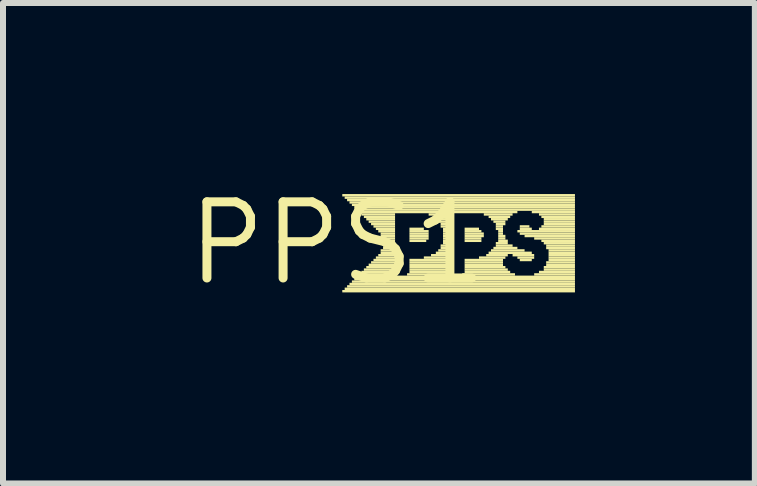
<source format=kicad_pcb>
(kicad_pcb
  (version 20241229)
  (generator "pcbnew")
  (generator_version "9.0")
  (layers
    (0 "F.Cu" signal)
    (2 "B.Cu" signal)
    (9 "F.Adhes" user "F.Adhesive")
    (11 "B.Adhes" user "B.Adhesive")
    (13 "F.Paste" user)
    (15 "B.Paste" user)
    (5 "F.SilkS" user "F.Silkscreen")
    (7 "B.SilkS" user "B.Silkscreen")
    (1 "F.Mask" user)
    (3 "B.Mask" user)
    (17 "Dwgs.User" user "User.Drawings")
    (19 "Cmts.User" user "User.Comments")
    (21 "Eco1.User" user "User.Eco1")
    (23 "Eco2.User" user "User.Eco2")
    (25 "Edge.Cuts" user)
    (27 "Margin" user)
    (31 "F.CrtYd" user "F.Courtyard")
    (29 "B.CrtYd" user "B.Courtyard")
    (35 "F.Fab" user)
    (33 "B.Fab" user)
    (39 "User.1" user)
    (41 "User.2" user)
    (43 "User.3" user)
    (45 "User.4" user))
  (footprint "PPS1"
    (layer "F.Cu")
    (at 2.578 1.006)
    (property "Reference" "PPS1" (at 0 0 0) (layer "F.SilkS") (effects (font (size 1.27 1.27) (thickness 0.15))))
    (attr through_hole)
    (fp_poly (pts (xy 0.08 -0.78) (xy 3.96 -0.78) (xy 3.96 -0.82) (xy 0.08 -0.82)) (stroke (width 0) (type solid)) (fill yes) (layer "F.SilkS"))
    (fp_poly (pts (xy 0.08 0.82) (xy 3.96 0.82) (xy 3.96 0.78) (xy 0.08 0.78)) (stroke (width 0) (type solid)) (fill yes) (layer "F.SilkS"))
    (fp_poly (pts (xy 0.12 -0.74) (xy 3.96 -0.74) (xy 3.96 -0.78) (xy 0.12 -0.78)) (stroke (width 0) (type solid)) (fill yes) (layer "F.SilkS"))
    (fp_poly (pts (xy 0.12 0.78) (xy 3.96 0.78) (xy 3.96 0.74) (xy 0.12 0.74)) (stroke (width 0) (type solid)) (fill yes) (layer "F.SilkS"))
    (fp_poly (pts (xy 0.16 -0.7) (xy 3.96 -0.7) (xy 3.96 -0.74) (xy 0.16 -0.74)) (stroke (width 0) (type solid)) (fill yes) (layer "F.SilkS"))
    (fp_poly (pts (xy 0.16 0.74) (xy 3.96 0.74) (xy 3.96 0.7) (xy 0.16 0.7)) (stroke (width 0) (type solid)) (fill yes) (layer "F.SilkS"))
    (fp_poly (pts (xy 0.2 -0.66) (xy 3.96 -0.66) (xy 3.96 -0.7) (xy 0.2 -0.7)) (stroke (width 0) (type solid)) (fill yes) (layer "F.SilkS"))
    (fp_poly (pts (xy 0.2 0.7) (xy 3.96 0.7) (xy 3.96 0.66) (xy 0.2 0.66)) (stroke (width 0) (type solid)) (fill yes) (layer "F.SilkS"))
    (fp_poly (pts (xy 0.24 -0.62) (xy 3.96 -0.62) (xy 3.96 -0.66) (xy 0.24 -0.66)) (stroke (width 0) (type solid)) (fill yes) (layer "F.SilkS"))
    (fp_poly (pts (xy 0.24 0.66) (xy 3.96 0.66) (xy 3.96 0.62) (xy 0.24 0.62)) (stroke (width 0) (type solid)) (fill yes) (layer "F.SilkS"))
    (fp_poly (pts (xy 0.28 -0.58) (xy 3.96 -0.58) (xy 3.96 -0.62) (xy 0.28 -0.62)) (stroke (width 0) (type solid)) (fill yes) (layer "F.SilkS"))
    (fp_poly (pts (xy 0.28 0.62) (xy 3.96 0.62) (xy 3.96 0.58) (xy 0.28 0.58)) (stroke (width 0) (type solid)) (fill yes) (layer "F.SilkS"))
    (fp_poly (pts (xy 0.32 -0.54) (xy 3.96 -0.54) (xy 3.96 -0.58) (xy 0.32 -0.58)) (stroke (width 0) (type solid)) (fill yes) (layer "F.SilkS"))
    (fp_poly (pts (xy 0.32 0.58) (xy 3.96 0.58) (xy 3.96 0.54) (xy 0.32 0.54)) (stroke (width 0) (type solid)) (fill yes) (layer "F.SilkS"))
    (fp_poly (pts (xy 0.36 -0.5) (xy 3 -0.5) (xy 3 -0.54) (xy 0.36 -0.54)) (stroke (width 0) (type solid)) (fill yes) (layer "F.SilkS"))
    (fp_poly (pts (xy 0.36 0.54) (xy 1 0.54) (xy 1 0.5) (xy 0.36 0.5)) (stroke (width 0) (type solid)) (fill yes) (layer "F.SilkS"))
    (fp_poly (pts (xy 0.4 -0.46) (xy 0.96 -0.46) (xy 0.96 -0.5) (xy 0.4 -0.5)) (stroke (width 0) (type solid)) (fill yes) (layer "F.SilkS"))
    (fp_poly (pts (xy 0.4 0.5) (xy 0.96 0.5) (xy 0.96 0.46) (xy 0.4 0.46)) (stroke (width 0) (type solid)) (fill yes) (layer "F.SilkS"))
    (fp_poly (pts (xy 0.44 -0.42) (xy 0.96 -0.42) (xy 0.96 -0.46) (xy 0.44 -0.46)) (stroke (width 0) (type solid)) (fill yes) (layer "F.SilkS"))
    (fp_poly (pts (xy 0.44 0.46) (xy 0.96 0.46) (xy 0.96 0.42) (xy 0.44 0.42)) (stroke (width 0) (type solid)) (fill yes) (layer "F.SilkS"))
    (fp_poly (pts (xy 0.48 -0.38) (xy 0.96 -0.38) (xy 0.96 -0.42) (xy 0.48 -0.42)) (stroke (width 0) (type solid)) (fill yes) (layer "F.SilkS"))
    (fp_poly (pts (xy 0.48 0.42) (xy 0.96 0.42) (xy 0.96 0.38) (xy 0.48 0.38)) (stroke (width 0) (type solid)) (fill yes) (layer "F.SilkS"))
    (fp_poly (pts (xy 0.52 -0.34) (xy 0.96 -0.34) (xy 0.96 -0.38) (xy 0.52 -0.38)) (stroke (width 0) (type solid)) (fill yes) (layer "F.SilkS"))
    (fp_poly (pts (xy 0.52 0.38) (xy 0.96 0.38) (xy 0.96 0.34) (xy 0.52 0.34)) (stroke (width 0) (type solid)) (fill yes) (layer "F.SilkS"))
    (fp_poly (pts (xy 0.56 -0.3) (xy 0.96 -0.3) (xy 0.96 -0.34) (xy 0.56 -0.34)) (stroke (width 0) (type solid)) (fill yes) (layer "F.SilkS"))
    (fp_poly (pts (xy 0.56 0.34) (xy 0.96 0.34) (xy 0.96 0.3) (xy 0.56 0.3)) (stroke (width 0) (type solid)) (fill yes) (layer "F.SilkS"))
    (fp_poly (pts (xy 0.6 -0.26) (xy 0.96 -0.26) (xy 0.96 -0.3) (xy 0.6 -0.3)) (stroke (width 0) (type solid)) (fill yes) (layer "F.SilkS"))
    (fp_poly (pts (xy 0.6 0.3) (xy 0.96 0.3) (xy 0.96 0.26) (xy 0.6 0.26)) (stroke (width 0) (type solid)) (fill yes) (layer "F.SilkS"))
    (fp_poly (pts (xy 0.64 -0.22) (xy 0.96 -0.22) (xy 0.96 -0.26) (xy 0.64 -0.26)) (stroke (width 0) (type solid)) (fill yes) (layer "F.SilkS"))
    (fp_poly (pts (xy 0.64 0.26) (xy 0.96 0.26) (xy 0.96 0.22) (xy 0.64 0.22)) (stroke (width 0) (type solid)) (fill yes) (layer "F.SilkS"))
    (fp_poly (pts (xy 0.68 -0.18) (xy 0.96 -0.18) (xy 0.96 -0.22) (xy 0.68 -0.22)) (stroke (width 0) (type solid)) (fill yes) (layer "F.SilkS"))
    (fp_poly (pts (xy 0.68 0.22) (xy 0.96 0.22) (xy 0.96 0.18) (xy 0.68 0.18)) (stroke (width 0) (type solid)) (fill yes) (layer "F.SilkS"))
    (fp_poly (pts (xy 0.72 -0.14) (xy 0.96 -0.14) (xy 0.96 -0.18) (xy 0.72 -0.18)) (stroke (width 0) (type solid)) (fill yes) (layer "F.SilkS"))
    (fp_poly (pts (xy 0.72 -0.1) (xy 0.96 -0.1) (xy 0.96 -0.14) (xy 0.72 -0.14)) (stroke (width 0) (type solid)) (fill yes) (layer "F.SilkS"))
    (fp_poly (pts (xy 0.72 0.14) (xy 0.96 0.14) (xy 0.96 0.1) (xy 0.72 0.1)) (stroke (width 0) (type solid)) (fill yes) (layer "F.SilkS"))
    (fp_poly (pts (xy 0.72 0.18) (xy 0.96 0.18) (xy 0.96 0.14) (xy 0.72 0.14)) (stroke (width 0) (type solid)) (fill yes) (layer "F.SilkS"))
    (fp_poly (pts (xy 0.76 -0.06) (xy 0.96 -0.06) (xy 0.96 -0.1) (xy 0.76 -0.1)) (stroke (width 0) (type solid)) (fill yes) (layer "F.SilkS"))
    (fp_poly (pts (xy 0.76 -0.02) (xy 0.96 -0.02) (xy 0.96 -0.06) (xy 0.76 -0.06)) (stroke (width 0) (type solid)) (fill yes) (layer "F.SilkS"))
    (fp_poly (pts (xy 0.76 0.02) (xy 0.96 0.02) (xy 0.96 -0.02) (xy 0.76 -0.02)) (stroke (width 0) (type solid)) (fill yes) (layer "F.SilkS"))
    (fp_poly (pts (xy 0.76 0.06) (xy 0.96 0.06) (xy 0.96 0.02) (xy 0.76 0.02)) (stroke (width 0) (type solid)) (fill yes) (layer "F.SilkS"))
    (fp_poly (pts (xy 0.76 0.1) (xy 0.96 0.1) (xy 0.96 0.06) (xy 0.76 0.06)) (stroke (width 0) (type solid)) (fill yes) (layer "F.SilkS"))
    (fp_poly (pts (xy 1.16 0.54) (xy 1.92 0.54) (xy 1.92 0.5) (xy 1.16 0.5)) (stroke (width 0) (type solid)) (fill yes) (layer "F.SilkS"))
    (fp_poly (pts (xy 1.2 -0.22) (xy 1.44 -0.22) (xy 1.44 -0.26) (xy 1.2 -0.26)) (stroke (width 0) (type solid)) (fill yes) (layer "F.SilkS"))
    (fp_poly (pts (xy 1.2 -0.18) (xy 1.52 -0.18) (xy 1.52 -0.22) (xy 1.2 -0.22)) (stroke (width 0) (type solid)) (fill yes) (layer "F.SilkS"))
    (fp_poly (pts (xy 1.2 -0.14) (xy 1.52 -0.14) (xy 1.52 -0.18) (xy 1.2 -0.18)) (stroke (width 0) (type solid)) (fill yes) (layer "F.SilkS"))
    (fp_poly (pts (xy 1.2 -0.1) (xy 1.52 -0.1) (xy 1.52 -0.14) (xy 1.2 -0.14)) (stroke (width 0) (type solid)) (fill yes) (layer "F.SilkS"))
    (fp_poly (pts (xy 1.2 -0.06) (xy 1.52 -0.06) (xy 1.52 -0.1) (xy 1.2 -0.1)) (stroke (width 0) (type solid)) (fill yes) (layer "F.SilkS"))
    (fp_poly (pts (xy 1.2 -0.02) (xy 1.48 -0.02) (xy 1.48 -0.06) (xy 1.2 -0.06)) (stroke (width 0) (type solid)) (fill yes) (layer "F.SilkS"))
    (fp_poly (pts (xy 1.2 0.3) (xy 1.88 0.3) (xy 1.88 0.26) (xy 1.2 0.26)) (stroke (width 0) (type solid)) (fill yes) (layer "F.SilkS"))
    (fp_poly (pts (xy 1.2 0.34) (xy 1.88 0.34) (xy 1.88 0.3) (xy 1.2 0.3)) (stroke (width 0) (type solid)) (fill yes) (layer "F.SilkS"))
    (fp_poly (pts (xy 1.2 0.38) (xy 1.88 0.38) (xy 1.88 0.34) (xy 1.2 0.34)) (stroke (width 0) (type solid)) (fill yes) (layer "F.SilkS"))
    (fp_poly (pts (xy 1.2 0.42) (xy 1.88 0.42) (xy 1.88 0.38) (xy 1.2 0.38)) (stroke (width 0) (type solid)) (fill yes) (layer "F.SilkS"))
    (fp_poly (pts (xy 1.2 0.46) (xy 1.88 0.46) (xy 1.88 0.42) (xy 1.2 0.42)) (stroke (width 0) (type solid)) (fill yes) (layer "F.SilkS"))
    (fp_poly (pts (xy 1.2 0.5) (xy 1.88 0.5) (xy 1.88 0.46) (xy 1.2 0.46)) (stroke (width 0) (type solid)) (fill yes) (layer "F.SilkS"))
    (fp_poly (pts (xy 1.44 0.26) (xy 1.88 0.26) (xy 1.88 0.22) (xy 1.44 0.22)) (stroke (width 0) (type solid)) (fill yes) (layer "F.SilkS"))
    (fp_poly (pts (xy 1.52 -0.46) (xy 1.88 -0.46) (xy 1.88 -0.5) (xy 1.52 -0.5)) (stroke (width 0) (type solid)) (fill yes) (layer "F.SilkS"))
    (fp_poly (pts (xy 1.56 0.22) (xy 1.88 0.22) (xy 1.88 0.18) (xy 1.56 0.18)) (stroke (width 0) (type solid)) (fill yes) (layer "F.SilkS"))
    (fp_poly (pts (xy 1.6 -0.42) (xy 1.88 -0.42) (xy 1.88 -0.46) (xy 1.6 -0.46)) (stroke (width 0) (type solid)) (fill yes) (layer "F.SilkS"))
    (fp_poly (pts (xy 1.64 -0.38) (xy 1.88 -0.38) (xy 1.88 -0.42) (xy 1.64 -0.42)) (stroke (width 0) (type solid)) (fill yes) (layer "F.SilkS"))
    (fp_poly (pts (xy 1.64 0.18) (xy 1.88 0.18) (xy 1.88 0.14) (xy 1.64 0.14)) (stroke (width 0) (type solid)) (fill yes) (layer "F.SilkS"))
    (fp_poly (pts (xy 1.68 -0.34) (xy 1.88 -0.34) (xy 1.88 -0.38) (xy 1.68 -0.38)) (stroke (width 0) (type solid)) (fill yes) (layer "F.SilkS"))
    (fp_poly (pts (xy 1.68 0.14) (xy 1.88 0.14) (xy 1.88 0.1) (xy 1.68 0.1)) (stroke (width 0) (type solid)) (fill yes) (layer "F.SilkS"))
    (fp_poly (pts (xy 1.72 -0.3) (xy 1.88 -0.3) (xy 1.88 -0.34) (xy 1.72 -0.34)) (stroke (width 0) (type solid)) (fill yes) (layer "F.SilkS"))
    (fp_poly (pts (xy 1.72 -0.26) (xy 1.88 -0.26) (xy 1.88 -0.3) (xy 1.72 -0.3)) (stroke (width 0) (type solid)) (fill yes) (layer "F.SilkS"))
    (fp_poly (pts (xy 1.72 0.06) (xy 1.88 0.06) (xy 1.88 0.02) (xy 1.72 0.02)) (stroke (width 0) (type solid)) (fill yes) (layer "F.SilkS"))
    (fp_poly (pts (xy 1.72 0.1) (xy 1.88 0.1) (xy 1.88 0.06) (xy 1.72 0.06)) (stroke (width 0) (type solid)) (fill yes) (layer "F.SilkS"))
    (fp_poly (pts (xy 1.76 -0.22) (xy 1.88 -0.22) (xy 1.88 -0.26) (xy 1.76 -0.26)) (stroke (width 0) (type solid)) (fill yes) (layer "F.SilkS"))
    (fp_poly (pts (xy 1.76 -0.18) (xy 1.88 -0.18) (xy 1.88 -0.22) (xy 1.76 -0.22)) (stroke (width 0) (type solid)) (fill yes) (layer "F.SilkS"))
    (fp_poly (pts (xy 1.76 -0.14) (xy 1.88 -0.14) (xy 1.88 -0.18) (xy 1.76 -0.18)) (stroke (width 0) (type solid)) (fill yes) (layer "F.SilkS"))
    (fp_poly (pts (xy 1.76 -0.1) (xy 1.88 -0.1) (xy 1.88 -0.14) (xy 1.76 -0.14)) (stroke (width 0) (type solid)) (fill yes) (layer "F.SilkS"))
    (fp_poly (pts (xy 1.76 -0.06) (xy 1.88 -0.06) (xy 1.88 -0.1) (xy 1.76 -0.1)) (stroke (width 0) (type solid)) (fill yes) (layer "F.SilkS"))
    (fp_poly (pts (xy 1.76 -0.02) (xy 1.88 -0.02) (xy 1.88 -0.06) (xy 1.76 -0.06)) (stroke (width 0) (type solid)) (fill yes) (layer "F.SilkS"))
    (fp_poly (pts (xy 1.76 0.02) (xy 1.88 0.02) (xy 1.88 -0.02) (xy 1.76 -0.02)) (stroke (width 0) (type solid)) (fill yes) (layer "F.SilkS"))
    (fp_poly (pts (xy 2.08 0.54) (xy 2.96 0.54) (xy 2.96 0.5) (xy 2.08 0.5)) (stroke (width 0) (type solid)) (fill yes) (layer "F.SilkS"))
    (fp_poly (pts (xy 2.12 -0.22) (xy 2.36 -0.22) (xy 2.36 -0.26) (xy 2.12 -0.26)) (stroke (width 0) (type solid)) (fill yes) (layer "F.SilkS"))
    (fp_poly (pts (xy 2.12 -0.18) (xy 2.4 -0.18) (xy 2.4 -0.22) (xy 2.12 -0.22)) (stroke (width 0) (type solid)) (fill yes) (layer "F.SilkS"))
    (fp_poly (pts (xy 2.12 -0.14) (xy 2.44 -0.14) (xy 2.44 -0.18) (xy 2.12 -0.18)) (stroke (width 0) (type solid)) (fill yes) (layer "F.SilkS"))
    (fp_poly (pts (xy 2.12 -0.1) (xy 2.44 -0.1) (xy 2.44 -0.14) (xy 2.12 -0.14)) (stroke (width 0) (type solid)) (fill yes) (layer "F.SilkS"))
    (fp_poly (pts (xy 2.12 -0.06) (xy 2.4 -0.06) (xy 2.4 -0.1) (xy 2.12 -0.1)) (stroke (width 0) (type solid)) (fill yes) (layer "F.SilkS"))
    (fp_poly (pts (xy 2.12 -0.02) (xy 2.4 -0.02) (xy 2.4 -0.06) (xy 2.12 -0.06)) (stroke (width 0) (type solid)) (fill yes) (layer "F.SilkS"))
    (fp_poly (pts (xy 2.12 0.3) (xy 2.76 0.3) (xy 2.76 0.26) (xy 2.12 0.26)) (stroke (width 0) (type solid)) (fill yes) (layer "F.SilkS"))
    (fp_poly (pts (xy 2.12 0.34) (xy 2.76 0.34) (xy 2.76 0.3) (xy 2.12 0.3)) (stroke (width 0) (type solid)) (fill yes) (layer "F.SilkS"))
    (fp_poly (pts (xy 2.12 0.38) (xy 2.76 0.38) (xy 2.76 0.34) (xy 2.12 0.34)) (stroke (width 0) (type solid)) (fill yes) (layer "F.SilkS"))
    (fp_poly (pts (xy 2.12 0.42) (xy 2.8 0.42) (xy 2.8 0.38) (xy 2.12 0.38)) (stroke (width 0) (type solid)) (fill yes) (layer "F.SilkS"))
    (fp_poly (pts (xy 2.12 0.46) (xy 2.84 0.46) (xy 2.84 0.42) (xy 2.12 0.42)) (stroke (width 0) (type solid)) (fill yes) (layer "F.SilkS"))
    (fp_poly (pts (xy 2.12 0.5) (xy 2.88 0.5) (xy 2.88 0.46) (xy 2.12 0.46)) (stroke (width 0) (type solid)) (fill yes) (layer "F.SilkS"))
    (fp_poly (pts (xy 2.36 0.26) (xy 2.8 0.26) (xy 2.8 0.22) (xy 2.36 0.22)) (stroke (width 0) (type solid)) (fill yes) (layer "F.SilkS"))
    (fp_poly (pts (xy 2.44 -0.46) (xy 2.92 -0.46) (xy 2.92 -0.5) (xy 2.44 -0.5)) (stroke (width 0) (type solid)) (fill yes) (layer "F.SilkS"))
    (fp_poly (pts (xy 2.48 0.22) (xy 2.84 0.22) (xy 2.84 0.18) (xy 2.48 0.18)) (stroke (width 0) (type solid)) (fill yes) (layer "F.SilkS"))
    (fp_poly (pts (xy 2.52 -0.42) (xy 2.88 -0.42) (xy 2.88 -0.46) (xy 2.52 -0.46)) (stroke (width 0) (type solid)) (fill yes) (layer "F.SilkS"))
    (fp_poly (pts (xy 2.52 0.18) (xy 3.24 0.18) (xy 3.24 0.14) (xy 2.52 0.14)) (stroke (width 0) (type solid)) (fill yes) (layer "F.SilkS"))
    (fp_poly (pts (xy 2.56 -0.38) (xy 2.84 -0.38) (xy 2.84 -0.42) (xy 2.56 -0.42)) (stroke (width 0) (type solid)) (fill yes) (layer "F.SilkS"))
    (fp_poly (pts (xy 2.56 0.14) (xy 3.12 0.14) (xy 3.12 0.1) (xy 2.56 0.1)) (stroke (width 0) (type solid)) (fill yes) (layer "F.SilkS"))
    (fp_poly (pts (xy 2.6 -0.34) (xy 2.8 -0.34) (xy 2.8 -0.38) (xy 2.6 -0.38)) (stroke (width 0) (type solid)) (fill yes) (layer "F.SilkS"))
    (fp_poly (pts (xy 2.6 0.1) (xy 3 0.1) (xy 3 0.06) (xy 2.6 0.06)) (stroke (width 0) (type solid)) (fill yes) (layer "F.SilkS"))
    (fp_poly (pts (xy 2.64 -0.3) (xy 2.8 -0.3) (xy 2.8 -0.34) (xy 2.64 -0.34)) (stroke (width 0) (type solid)) (fill yes) (layer "F.SilkS"))
    (fp_poly (pts (xy 2.64 -0.26) (xy 2.76 -0.26) (xy 2.76 -0.3) (xy 2.64 -0.3)) (stroke (width 0) (type solid)) (fill yes) (layer "F.SilkS"))
    (fp_poly (pts (xy 2.64 -0.22) (xy 2.76 -0.22) (xy 2.76 -0.26) (xy 2.64 -0.26)) (stroke (width 0) (type solid)) (fill yes) (layer "F.SilkS"))
    (fp_poly (pts (xy 2.64 0.02) (xy 2.84 0.02) (xy 2.84 -0.02) (xy 2.64 -0.02)) (stroke (width 0) (type solid)) (fill yes) (layer "F.SilkS"))
    (fp_poly (pts (xy 2.64 0.06) (xy 2.92 0.06) (xy 2.92 0.02) (xy 2.64 0.02)) (stroke (width 0) (type solid)) (fill yes) (layer "F.SilkS"))
    (fp_poly (pts (xy 2.68 -0.18) (xy 2.76 -0.18) (xy 2.76 -0.22) (xy 2.68 -0.22)) (stroke (width 0) (type solid)) (fill yes) (layer "F.SilkS"))
    (fp_poly (pts (xy 2.68 -0.14) (xy 2.76 -0.14) (xy 2.76 -0.18) (xy 2.68 -0.18)) (stroke (width 0) (type solid)) (fill yes) (layer "F.SilkS"))
    (fp_poly (pts (xy 2.68 -0.1) (xy 2.8 -0.1) (xy 2.8 -0.14) (xy 2.68 -0.14)) (stroke (width 0) (type solid)) (fill yes) (layer "F.SilkS"))
    (fp_poly (pts (xy 2.68 -0.06) (xy 2.8 -0.06) (xy 2.8 -0.1) (xy 2.68 -0.1)) (stroke (width 0) (type solid)) (fill yes) (layer "F.SilkS"))
    (fp_poly (pts (xy 2.68 -0.02) (xy 2.84 -0.02) (xy 2.84 -0.06) (xy 2.68 -0.06)) (stroke (width 0) (type solid)) (fill yes) (layer "F.SilkS"))
    (fp_poly (pts (xy 2.92 0.22) (xy 3.28 0.22) (xy 3.28 0.18) (xy 2.92 0.18)) (stroke (width 0) (type solid)) (fill yes) (layer "F.SilkS"))
    (fp_poly (pts (xy 3 -0.18) (xy 3.96 -0.18) (xy 3.96 -0.22) (xy 3 -0.22)) (stroke (width 0) (type solid)) (fill yes) (layer "F.SilkS"))
    (fp_poly (pts (xy 3 0.26) (xy 3.28 0.26) (xy 3.28 0.22) (xy 3 0.22)) (stroke (width 0) (type solid)) (fill yes) (layer "F.SilkS"))
    (fp_poly (pts (xy 3.04 -0.26) (xy 3.2 -0.26) (xy 3.2 -0.3) (xy 3.04 -0.3)) (stroke (width 0) (type solid)) (fill yes) (layer "F.SilkS"))
    (fp_poly (pts (xy 3.04 -0.22) (xy 3.24 -0.22) (xy 3.24 -0.26) (xy 3.04 -0.26)) (stroke (width 0) (type solid)) (fill yes) (layer "F.SilkS"))
    (fp_poly (pts (xy 3.04 -0.14) (xy 3.96 -0.14) (xy 3.96 -0.18) (xy 3.04 -0.18)) (stroke (width 0) (type solid)) (fill yes) (layer "F.SilkS"))
    (fp_poly (pts (xy 3.04 0.3) (xy 3.24 0.3) (xy 3.24 0.26) (xy 3.04 0.26)) (stroke (width 0) (type solid)) (fill yes) (layer "F.SilkS"))
    (fp_poly (pts (xy 3.12 -0.1) (xy 3.96 -0.1) (xy 3.96 -0.14) (xy 3.12 -0.14)) (stroke (width 0) (type solid)) (fill yes) (layer "F.SilkS"))
    (fp_poly (pts (xy 3.24 -0.5) (xy 3.96 -0.5) (xy 3.96 -0.54) (xy 3.24 -0.54)) (stroke (width 0) (type solid)) (fill yes) (layer "F.SilkS"))
    (fp_poly (pts (xy 3.28 -0.06) (xy 3.96 -0.06) (xy 3.96 -0.1) (xy 3.28 -0.1)) (stroke (width 0) (type solid)) (fill yes) (layer "F.SilkS"))
    (fp_poly (pts (xy 3.28 0.54) (xy 3.96 0.54) (xy 3.96 0.5) (xy 3.28 0.5)) (stroke (width 0) (type solid)) (fill yes) (layer "F.SilkS"))
    (fp_poly (pts (xy 3.36 -0.46) (xy 3.96 -0.46) (xy 3.96 -0.5) (xy 3.36 -0.5)) (stroke (width 0) (type solid)) (fill yes) (layer "F.SilkS"))
    (fp_poly (pts (xy 3.36 -0.22) (xy 3.96 -0.22) (xy 3.96 -0.26) (xy 3.36 -0.26)) (stroke (width 0) (type solid)) (fill yes) (layer "F.SilkS"))
    (fp_poly (pts (xy 3.36 0.5) (xy 3.96 0.5) (xy 3.96 0.46) (xy 3.36 0.46)) (stroke (width 0) (type solid)) (fill yes) (layer "F.SilkS"))
    (fp_poly (pts (xy 3.4 -0.42) (xy 3.96 -0.42) (xy 3.96 -0.46) (xy 3.4 -0.46)) (stroke (width 0) (type solid)) (fill yes) (layer "F.SilkS"))
    (fp_poly (pts (xy 3.4 -0.26) (xy 3.96 -0.26) (xy 3.96 -0.3) (xy 3.4 -0.3)) (stroke (width 0) (type solid)) (fill yes) (layer "F.SilkS"))
    (fp_poly (pts (xy 3.4 -0.02) (xy 3.96 -0.02) (xy 3.96 -0.06) (xy 3.4 -0.06)) (stroke (width 0) (type solid)) (fill yes) (layer "F.SilkS"))
    (fp_poly (pts (xy 3.44 -0.38) (xy 3.96 -0.38) (xy 3.96 -0.42) (xy 3.44 -0.42)) (stroke (width 0) (type solid)) (fill yes) (layer "F.SilkS"))
    (fp_poly (pts (xy 3.44 -0.34) (xy 3.96 -0.34) (xy 3.96 -0.38) (xy 3.44 -0.38)) (stroke (width 0) (type solid)) (fill yes) (layer "F.SilkS"))
    (fp_poly (pts (xy 3.44 -0.3) (xy 3.96 -0.3) (xy 3.96 -0.34) (xy 3.44 -0.34)) (stroke (width 0) (type solid)) (fill yes) (layer "F.SilkS"))
    (fp_poly (pts (xy 3.44 0.02) (xy 3.96 0.02) (xy 3.96 -0.02) (xy 3.44 -0.02)) (stroke (width 0) (type solid)) (fill yes) (layer "F.SilkS"))
    (fp_poly (pts (xy 3.44 0.42) (xy 3.96 0.42) (xy 3.96 0.38) (xy 3.44 0.38)) (stroke (width 0) (type solid)) (fill yes) (layer "F.SilkS"))
    (fp_poly (pts (xy 3.44 0.46) (xy 3.96 0.46) (xy 3.96 0.42) (xy 3.44 0.42)) (stroke (width 0) (type solid)) (fill yes) (layer "F.SilkS"))
    (fp_poly (pts (xy 3.48 0.06) (xy 3.96 0.06) (xy 3.96 0.02) (xy 3.48 0.02)) (stroke (width 0) (type solid)) (fill yes) (layer "F.SilkS"))
    (fp_poly (pts (xy 3.48 0.1) (xy 3.96 0.1) (xy 3.96 0.06) (xy 3.48 0.06)) (stroke (width 0) (type solid)) (fill yes) (layer "F.SilkS"))
    (fp_poly (pts (xy 3.48 0.34) (xy 3.96 0.34) (xy 3.96 0.3) (xy 3.48 0.3)) (stroke (width 0) (type solid)) (fill yes) (layer "F.SilkS"))
    (fp_poly (pts (xy 3.48 0.38) (xy 3.96 0.38) (xy 3.96 0.34) (xy 3.48 0.34)) (stroke (width 0) (type solid)) (fill yes) (layer "F.SilkS"))
    (fp_poly (pts (xy 3.52 0.14) (xy 3.96 0.14) (xy 3.96 0.1) (xy 3.52 0.1)) (stroke (width 0) (type solid)) (fill yes) (layer "F.SilkS"))
    (fp_poly (pts (xy 3.52 0.18) (xy 3.96 0.18) (xy 3.96 0.14) (xy 3.52 0.14)) (stroke (width 0) (type solid)) (fill yes) (layer "F.SilkS"))
    (fp_poly (pts (xy 3.52 0.22) (xy 3.96 0.22) (xy 3.96 0.18) (xy 3.52 0.18)) (stroke (width 0) (type solid)) (fill yes) (layer "F.SilkS"))
    (fp_poly (pts (xy 3.52 0.26) (xy 3.96 0.26) (xy 3.96 0.22) (xy 3.52 0.22)) (stroke (width 0) (type solid)) (fill yes) (layer "F.SilkS"))
    (fp_poly (pts (xy 3.52 0.3) (xy 3.96 0.3) (xy 3.96 0.26) (xy 3.52 0.26)) (stroke (width 0) (type solid)) (fill yes) (layer "F.SilkS")))
  (gr_rect
    (start -3 -3)
    (end 9.538 5.012)
    (stroke (width 0.1) (type default))
    (fill no)
    (layer "Edge.Cuts")))
</source>
